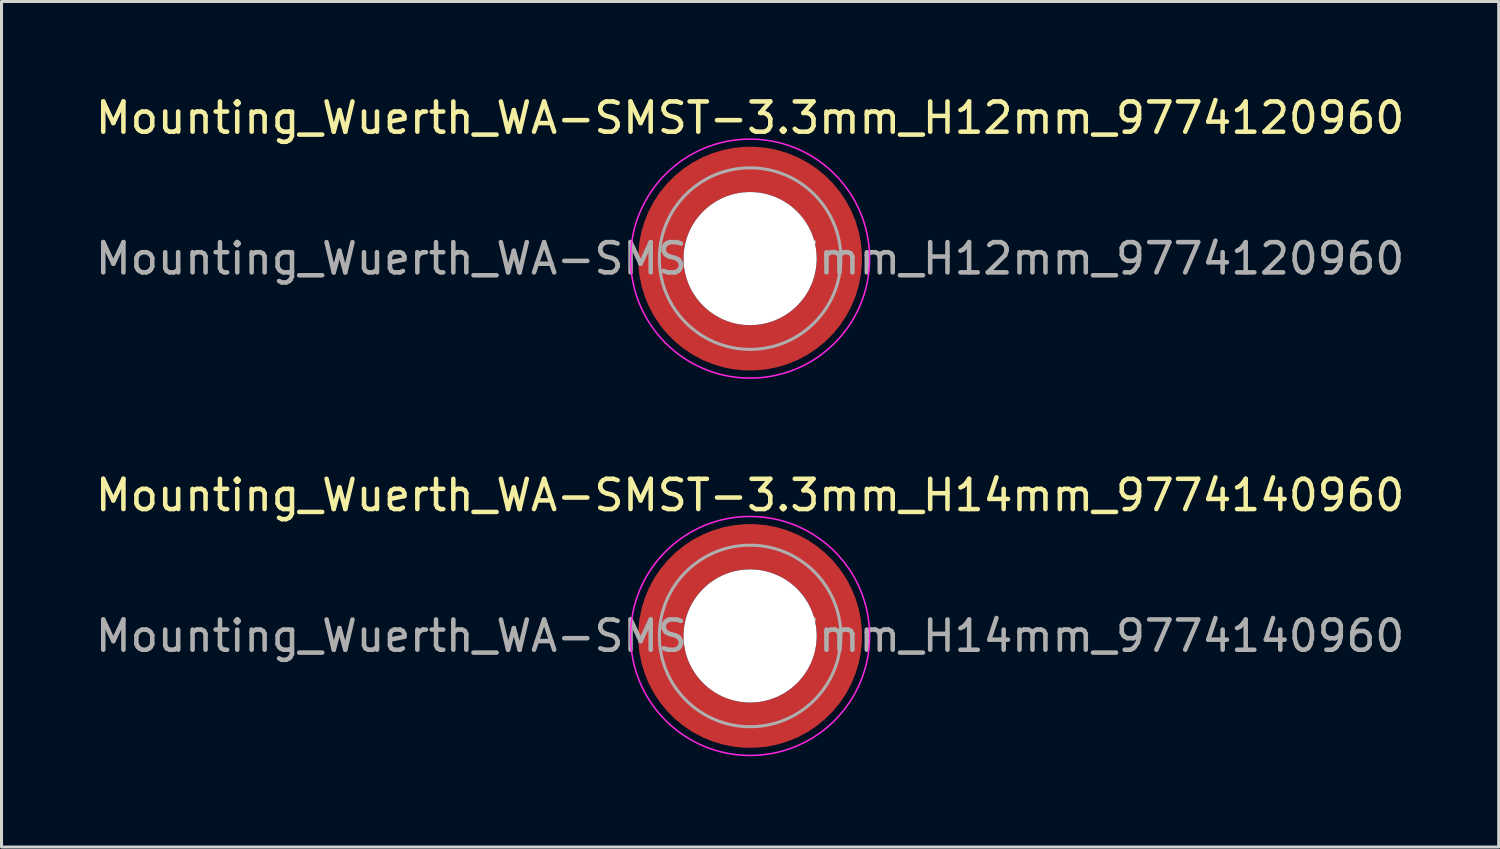
<source format=kicad_pcb>
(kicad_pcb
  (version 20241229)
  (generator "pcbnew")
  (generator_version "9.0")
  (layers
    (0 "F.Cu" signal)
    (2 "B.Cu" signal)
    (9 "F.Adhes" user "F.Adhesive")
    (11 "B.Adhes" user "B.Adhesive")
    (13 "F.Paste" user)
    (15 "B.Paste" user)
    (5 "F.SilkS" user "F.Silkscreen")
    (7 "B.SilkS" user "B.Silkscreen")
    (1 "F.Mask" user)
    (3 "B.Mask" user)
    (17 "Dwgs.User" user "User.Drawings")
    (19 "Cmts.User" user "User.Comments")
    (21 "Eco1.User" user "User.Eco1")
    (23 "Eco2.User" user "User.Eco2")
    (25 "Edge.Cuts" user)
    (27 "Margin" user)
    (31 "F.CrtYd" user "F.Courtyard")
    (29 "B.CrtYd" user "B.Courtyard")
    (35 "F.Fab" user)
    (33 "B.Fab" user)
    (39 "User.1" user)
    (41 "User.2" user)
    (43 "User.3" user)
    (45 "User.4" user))
  (footprint "Mounting_Wuerth_WA-SMST-3.3mm_H12mm_9774120960"
    (layer "F.Cu")
    (at 21.744 5.498)
    (property "Reference" "Mounting_Wuerth_WA-SMST-3.3mm_H12mm_9774120960" (at 0 -4.65 0) (layer "F.SilkS") (effects (font (size 1 1) (thickness 0.15))))
    (property "Mouser Part no." "" (at 0 0 0) (layer "F.Fab") (effects (font (size 1.27 1.27) (thickness 0.15))))
    (property "Mouser link" "" (at 0 0 0) (layer "F.Fab") (effects (font (size 1.27 1.27) (thickness 0.15))))
    (attr smd)
    (fp_circle (center 0 0) (end 3.95 0) (stroke (width 0.05) (type solid)) (fill no) (layer "F.CrtYd"))
    (fp_circle (center 0 0) (end 3 0) (stroke (width 0.1) (type solid)) (fill no) (layer "F.Fab"))
    (fp_text user "${REFERENCE}" (at 0 0 0) (layer "F.Fab") (effects (font (size 1 1) (thickness 0.15))))
    (pad "" smd custom (at -2.058 -2.058) (size 0.7 0.7) (layers "F.Paste") (options (anchor circle)) (primitives (gr_arc (start -0.377294 1.707681) (mid 0.317579 0.318817) (end 1.705947 -0.377044) (width 0.2)) (gr_arc (start -0.478281 1.707681) (mid 0.246161 0.248814) (end 1.703965 -0.477765) (width 0.2)) (gr_arc (start -0.579192 1.707681) (mid 0.175492 0.178063) (end 1.704077 -0.578711) (width 0.2)) (gr_arc (start -0.680037 1.707681) (mid 0.105568 0.106564) (end 1.706284 -0.679858) (width 0.2)) (gr_arc (start -0.780822 1.707681) (mid 0.034627 0.036085) (end 1.705634 -0.780569) (width 0.2)) (gr_arc (start -0.881554 1.707681) (mid -0.035694 -0.035016) (end 1.706729 -0.881441) (width 0.2)) (gr_arc (start -0.982237 1.707681) (mid -0.107281 -0.10485) (end 1.704266 -0.981842) (width 0.2)) (gr_arc (start -1.082877 1.707681) (mid -0.178372 -0.175181) (end 1.703197 -1.082374) (width 0.2)) (gr_arc (start -1.183476 1.707681) (mid -0.248964 -0.246008) (end 1.703525 -1.183025) (width 0.2)) (gr_arc (start -1.28404 1.707681) (mid -0.319062 -0.317333) (end 1.70525 -1.283784) (width 0.2)) (gr_line (start 1.708 -0.377) (end 1.708 -1.284) (width 0.2)) (gr_line (start -0.377 1.708) (end -1.284 1.708) (width 0.2))))
    (pad "" smd custom (at -2.058 2.058) (size 0.7 0.7) (layers "F.Paste") (options (anchor circle)) (primitives (gr_arc (start 1.707681 0.377294) (mid 0.318817 -0.317579) (end -0.377044 -1.705947) (width 0.2)) (gr_arc (start 1.707681 0.478281) (mid 0.248814 -0.246161) (end -0.477765 -1.703965) (width 0.2)) (gr_arc (start 1.707681 0.579192) (mid 0.178063 -0.175492) (end -0.578711 -1.704077) (width 0.2)) (gr_arc (start 1.707681 0.680037) (mid 0.106564 -0.105568) (end -0.679858 -1.706284) (width 0.2)) (gr_arc (start 1.707681 0.780822) (mid 0.036085 -0.034627) (end -0.780569 -1.705634) (width 0.2)) (gr_arc (start 1.707681 0.881554) (mid -0.035016 0.035694) (end -0.881441 -1.706729) (width 0.2)) (gr_arc (start 1.707681 0.982237) (mid -0.10485 0.107281) (end -0.981842 -1.704266) (width 0.2)) (gr_arc (start 1.707681 1.082877) (mid -0.175181 0.178372) (end -1.082374 -1.703197) (width 0.2)) (gr_arc (start 1.707681 1.183476) (mid -0.246008 0.248964) (end -1.183025 -1.703525) (width 0.2)) (gr_arc (start 1.707681 1.28404) (mid -0.317333 0.319062) (end -1.283784 -1.70525) (width 0.2)) (gr_line (start -0.377 -1.708) (end -1.284 -1.708) (width 0.2)) (gr_line (start 1.708 0.377) (end 1.708 1.284) (width 0.2))))
    (pad "" np_thru_hole circle (at 0 0) (size 4.4 4.4) (drill 4.4) (layers "*.Cu" "*.Mask"))
    (pad "" smd custom (at 2.058 -2.058) (size 0.7 0.7) (layers "F.Paste") (options (anchor circle)) (primitives (gr_arc (start -1.707681 -0.377294) (mid -0.318817 0.317579) (end 0.377044 1.705947) (width 0.2)) (gr_arc (start -1.707681 -0.478281) (mid -0.248814 0.246161) (end 0.477765 1.703965) (width 0.2)) (gr_arc (start -1.707681 -0.579192) (mid -0.178063 0.175492) (end 0.578711 1.704077) (width 0.2)) (gr_arc (start -1.707681 -0.680037) (mid -0.106564 0.105568) (end 0.679858 1.706284) (width 0.2)) (gr_arc (start -1.707681 -0.780822) (mid -0.036085 0.034627) (end 0.780569 1.705634) (width 0.2)) (gr_arc (start -1.707681 -0.881554) (mid 0.035016 -0.035694) (end 0.881441 1.706729) (width 0.2)) (gr_arc (start -1.707681 -0.982237) (mid 0.10485 -0.107281) (end 0.981842 1.704266) (width 0.2)) (gr_arc (start -1.707681 -1.082877) (mid 0.175181 -0.178372) (end 1.082374 1.703197) (width 0.2)) (gr_arc (start -1.707681 -1.183476) (mid 0.246008 -0.248964) (end 1.183025 1.703525) (width 0.2)) (gr_arc (start -1.707681 -1.28404) (mid 0.317333 -0.319062) (end 1.283784 1.70525) (width 0.2)) (gr_line (start 0.377 1.708) (end 1.284 1.708) (width 0.2)) (gr_line (start -1.708 -0.377) (end -1.708 -1.284) (width 0.2))))
    (pad "" smd custom (at 2.058 2.058) (size 0.7 0.7) (layers "F.Paste") (options (anchor circle)) (primitives (gr_arc (start 0.377294 -1.707681) (mid -0.317579 -0.318817) (end -1.705947 0.377044) (width 0.2)) (gr_arc (start 0.478281 -1.707681) (mid -0.246161 -0.248814) (end -1.703965 0.477765) (width 0.2)) (gr_arc (start 0.579192 -1.707681) (mid -0.175492 -0.178063) (end -1.704077 0.578711) (width 0.2)) (gr_arc (start 0.680037 -1.707681) (mid -0.105568 -0.106564) (end -1.706284 0.679858) (width 0.2)) (gr_arc (start 0.780822 -1.707681) (mid -0.034627 -0.036085) (end -1.705634 0.780569) (width 0.2)) (gr_arc (start 0.881554 -1.707681) (mid 0.035694 0.035016) (end -1.706729 0.881441) (width 0.2)) (gr_arc (start 0.982237 -1.707681) (mid 0.107281 0.10485) (end -1.704266 0.981842) (width 0.2)) (gr_arc (start 1.082877 -1.707681) (mid 0.178372 0.175181) (end -1.703197 1.082374) (width 0.2)) (gr_arc (start 1.183476 -1.707681) (mid 0.248964 0.246008) (end -1.703525 1.183025) (width 0.2)) (gr_arc (start 1.28404 -1.707681) (mid 0.319062 0.317333) (end -1.70525 1.283784) (width 0.2)) (gr_line (start -1.708 0.377) (end -1.708 1.284) (width 0.2)) (gr_line (start 0.377 -1.708) (end 1.284 -1.708) (width 0.2))))
    (pad "1" smd circle (at -2.95 0) (size 1.1 1.1) (layers "F.Cu"))
    (pad "1" smd circle (at 0 -2.95) (size 1.1 1.1) (layers "F.Cu"))
    (pad "1" smd circle (at 0 2.95) (size 1.1 1.1) (layers "F.Cu"))
    (pad "1" smd custom (at 2.95 0) (size 1.1 1.1) (layers "F.Cu" "F.Mask") (options (anchor circle)) (primitives (gr_circle (center -2.95 0) (end 0 0) (width 1.5) (fill no)))))
  (footprint "Mounting_Wuerth_WA-SMST-3.3mm_H14mm_9774140960"
    (layer "F.Cu")
    (at 21.744 17.971)
    (property "Reference" "Mounting_Wuerth_WA-SMST-3.3mm_H14mm_9774140960" (at 0 -4.65 0) (layer "F.SilkS") (effects (font (size 1 1) (thickness 0.15))))
    (property "Mouser Part no." "" (at 0 0 0) (layer "F.Fab") (effects (font (size 1.27 1.27) (thickness 0.15))))
    (property "Mouser link" "" (at 0 0 0) (layer "F.Fab") (effects (font (size 1.27 1.27) (thickness 0.15))))
    (attr smd)
    (fp_circle (center 0 0) (end 3.95 0) (stroke (width 0.05) (type solid)) (fill no) (layer "F.CrtYd"))
    (fp_circle (center 0 0) (end 3 0) (stroke (width 0.1) (type solid)) (fill no) (layer "F.Fab"))
    (fp_text user "${REFERENCE}" (at 0 0 0) (layer "F.Fab") (effects (font (size 1 1) (thickness 0.15))))
    (pad "" smd custom (at -2.058 -2.058) (size 0.7 0.7) (layers "F.Paste") (options (anchor circle)) (primitives (gr_arc (start -0.377294 1.707681) (mid 0.317579 0.318817) (end 1.705947 -0.377044) (width 0.2)) (gr_arc (start -0.478281 1.707681) (mid 0.246161 0.248814) (end 1.703965 -0.477765) (width 0.2)) (gr_arc (start -0.579192 1.707681) (mid 0.175492 0.178063) (end 1.704077 -0.578711) (width 0.2)) (gr_arc (start -0.680037 1.707681) (mid 0.105568 0.106564) (end 1.706284 -0.679858) (width 0.2)) (gr_arc (start -0.780822 1.707681) (mid 0.034627 0.036085) (end 1.705634 -0.780569) (width 0.2)) (gr_arc (start -0.881554 1.707681) (mid -0.035694 -0.035016) (end 1.706729 -0.881441) (width 0.2)) (gr_arc (start -0.982237 1.707681) (mid -0.107281 -0.10485) (end 1.704266 -0.981842) (width 0.2)) (gr_arc (start -1.082877 1.707681) (mid -0.178372 -0.175181) (end 1.703197 -1.082374) (width 0.2)) (gr_arc (start -1.183476 1.707681) (mid -0.248964 -0.246008) (end 1.703525 -1.183025) (width 0.2)) (gr_arc (start -1.28404 1.707681) (mid -0.319062 -0.317333) (end 1.70525 -1.283784) (width 0.2)) (gr_line (start 1.708 -0.377) (end 1.708 -1.284) (width 0.2)) (gr_line (start -0.377 1.708) (end -1.284 1.708) (width 0.2))))
    (pad "" smd custom (at -2.058 2.058) (size 0.7 0.7) (layers "F.Paste") (options (anchor circle)) (primitives (gr_arc (start 1.707681 0.377294) (mid 0.318817 -0.317579) (end -0.377044 -1.705947) (width 0.2)) (gr_arc (start 1.707681 0.478281) (mid 0.248814 -0.246161) (end -0.477765 -1.703965) (width 0.2)) (gr_arc (start 1.707681 0.579192) (mid 0.178063 -0.175492) (end -0.578711 -1.704077) (width 0.2)) (gr_arc (start 1.707681 0.680037) (mid 0.106564 -0.105568) (end -0.679858 -1.706284) (width 0.2)) (gr_arc (start 1.707681 0.780822) (mid 0.036085 -0.034627) (end -0.780569 -1.705634) (width 0.2)) (gr_arc (start 1.707681 0.881554) (mid -0.035016 0.035694) (end -0.881441 -1.706729) (width 0.2)) (gr_arc (start 1.707681 0.982237) (mid -0.10485 0.107281) (end -0.981842 -1.704266) (width 0.2)) (gr_arc (start 1.707681 1.082877) (mid -0.175181 0.178372) (end -1.082374 -1.703197) (width 0.2)) (gr_arc (start 1.707681 1.183476) (mid -0.246008 0.248964) (end -1.183025 -1.703525) (width 0.2)) (gr_arc (start 1.707681 1.28404) (mid -0.317333 0.319062) (end -1.283784 -1.70525) (width 0.2)) (gr_line (start -0.377 -1.708) (end -1.284 -1.708) (width 0.2)) (gr_line (start 1.708 0.377) (end 1.708 1.284) (width 0.2))))
    (pad "" np_thru_hole circle (at 0 0) (size 4.4 4.4) (drill 4.4) (layers "*.Cu" "*.Mask"))
    (pad "" smd custom (at 2.058 -2.058) (size 0.7 0.7) (layers "F.Paste") (options (anchor circle)) (primitives (gr_arc (start -1.707681 -0.377294) (mid -0.318817 0.317579) (end 0.377044 1.705947) (width 0.2)) (gr_arc (start -1.707681 -0.478281) (mid -0.248814 0.246161) (end 0.477765 1.703965) (width 0.2)) (gr_arc (start -1.707681 -0.579192) (mid -0.178063 0.175492) (end 0.578711 1.704077) (width 0.2)) (gr_arc (start -1.707681 -0.680037) (mid -0.106564 0.105568) (end 0.679858 1.706284) (width 0.2)) (gr_arc (start -1.707681 -0.780822) (mid -0.036085 0.034627) (end 0.780569 1.705634) (width 0.2)) (gr_arc (start -1.707681 -0.881554) (mid 0.035016 -0.035694) (end 0.881441 1.706729) (width 0.2)) (gr_arc (start -1.707681 -0.982237) (mid 0.10485 -0.107281) (end 0.981842 1.704266) (width 0.2)) (gr_arc (start -1.707681 -1.082877) (mid 0.175181 -0.178372) (end 1.082374 1.703197) (width 0.2)) (gr_arc (start -1.707681 -1.183476) (mid 0.246008 -0.248964) (end 1.183025 1.703525) (width 0.2)) (gr_arc (start -1.707681 -1.28404) (mid 0.317333 -0.319062) (end 1.283784 1.70525) (width 0.2)) (gr_line (start 0.377 1.708) (end 1.284 1.708) (width 0.2)) (gr_line (start -1.708 -0.377) (end -1.708 -1.284) (width 0.2))))
    (pad "" smd custom (at 2.058 2.058) (size 0.7 0.7) (layers "F.Paste") (options (anchor circle)) (primitives (gr_arc (start 0.377294 -1.707681) (mid -0.317579 -0.318817) (end -1.705947 0.377044) (width 0.2)) (gr_arc (start 0.478281 -1.707681) (mid -0.246161 -0.248814) (end -1.703965 0.477765) (width 0.2)) (gr_arc (start 0.579192 -1.707681) (mid -0.175492 -0.178063) (end -1.704077 0.578711) (width 0.2)) (gr_arc (start 0.680037 -1.707681) (mid -0.105568 -0.106564) (end -1.706284 0.679858) (width 0.2)) (gr_arc (start 0.780822 -1.707681) (mid -0.034627 -0.036085) (end -1.705634 0.780569) (width 0.2)) (gr_arc (start 0.881554 -1.707681) (mid 0.035694 0.035016) (end -1.706729 0.881441) (width 0.2)) (gr_arc (start 0.982237 -1.707681) (mid 0.107281 0.10485) (end -1.704266 0.981842) (width 0.2)) (gr_arc (start 1.082877 -1.707681) (mid 0.178372 0.175181) (end -1.703197 1.082374) (width 0.2)) (gr_arc (start 1.183476 -1.707681) (mid 0.248964 0.246008) (end -1.703525 1.183025) (width 0.2)) (gr_arc (start 1.28404 -1.707681) (mid 0.319062 0.317333) (end -1.70525 1.283784) (width 0.2)) (gr_line (start -1.708 0.377) (end -1.708 1.284) (width 0.2)) (gr_line (start 0.377 -1.708) (end 1.284 -1.708) (width 0.2))))
    (pad "1" smd circle (at -2.95 0) (size 1.1 1.1) (layers "F.Cu"))
    (pad "1" smd circle (at 0 -2.95) (size 1.1 1.1) (layers "F.Cu"))
    (pad "1" smd circle (at 0 2.95) (size 1.1 1.1) (layers "F.Cu"))
    (pad "1" smd custom (at 2.95 0) (size 1.1 1.1) (layers "F.Cu" "F.Mask") (options (anchor circle)) (primitives (gr_circle (center -2.95 0) (end 0 0) (width 1.5) (fill no)))))
  (gr_rect
    (start -3 -3)
    (end 46.488 24.947)
    (stroke (width 0.1) (type default))
    (fill no)
    (layer "Edge.Cuts")))
</source>
